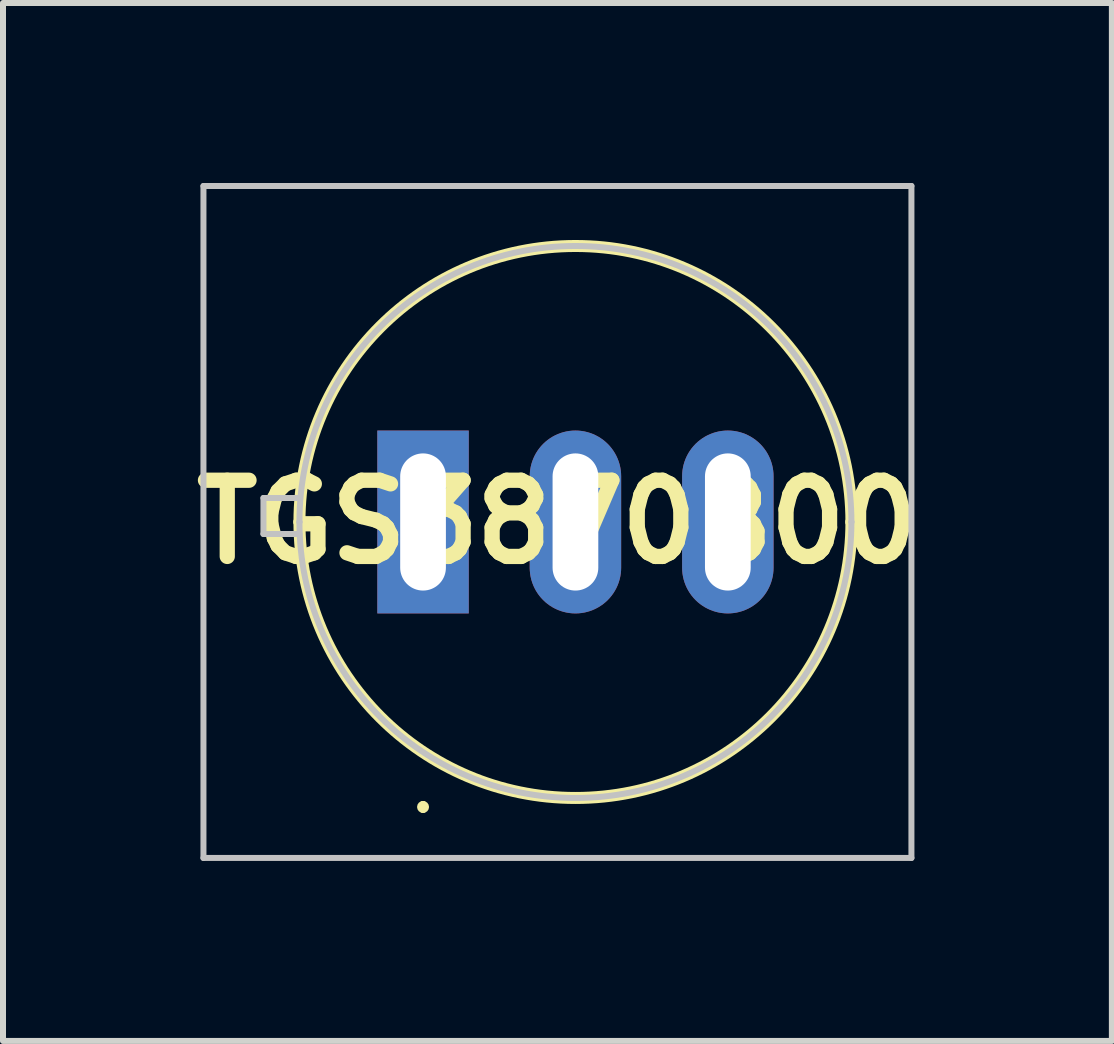
<source format=kicad_pcb>
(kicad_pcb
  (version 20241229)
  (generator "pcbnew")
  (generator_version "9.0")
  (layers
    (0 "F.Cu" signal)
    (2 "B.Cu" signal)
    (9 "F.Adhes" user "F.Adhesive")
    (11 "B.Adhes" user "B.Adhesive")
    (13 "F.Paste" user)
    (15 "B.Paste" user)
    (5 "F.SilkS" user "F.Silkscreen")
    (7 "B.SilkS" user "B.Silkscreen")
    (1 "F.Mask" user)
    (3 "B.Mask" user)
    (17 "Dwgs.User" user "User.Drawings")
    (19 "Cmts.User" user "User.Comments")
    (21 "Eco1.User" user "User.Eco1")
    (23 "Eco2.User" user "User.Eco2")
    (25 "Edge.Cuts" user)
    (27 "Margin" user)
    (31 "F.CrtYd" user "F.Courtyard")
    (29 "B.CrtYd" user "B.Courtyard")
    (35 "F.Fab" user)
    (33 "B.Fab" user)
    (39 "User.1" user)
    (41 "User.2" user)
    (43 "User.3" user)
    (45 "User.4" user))
  (footprint "TGS3870B00"
    (layer "F.Cu")
    (at 4.001 5.65)
    (property "Reference" "TGS3870B00" (at 2.24 0 0) (layer "F.SilkS") (effects (font (size 1.27 1.27) (thickness 0.254))))
    (attr through_hole exclude_from_pos_files)
    (fp_line (start -2.06 0) (end -2.06 0) (stroke (width 0.2) (type solid)) (layer "F.SilkS"))
    (fp_line (start 0 4.7) (end 0 4.7) (stroke (width 0.1) (type solid)) (layer "F.SilkS"))
    (fp_line (start 0 4.8) (end 0 4.8) (stroke (width 0.1) (type solid)) (layer "F.SilkS"))
    (fp_line (start 7.14 0) (end 7.14 0) (stroke (width 0.2) (type solid)) (layer "F.SilkS"))
    (fp_arc (start -2.06 0) (mid 2.54 -4.6) (end 7.14 0) (stroke (width 0.2) (type solid)) (layer "F.SilkS"))
    (fp_arc (start 0 4.7) (mid 0.05 4.75) (end 0 4.8) (stroke (width 0.1) (type solid)) (layer "F.SilkS"))
    (fp_arc (start 0 4.8) (mid -0.05 4.75) (end 0 4.7) (stroke (width 0.1) (type solid)) (layer "F.SilkS"))
    (fp_arc (start 7.14 0) (mid 2.54 4.6) (end -2.06 0) (stroke (width 0.2) (type solid)) (layer "F.SilkS"))
    (fp_line (start -3.66 -5.6) (end 8.14 -5.6) (stroke (width 0.1) (type solid)) (layer "Dwgs.User"))
    (fp_line (start -3.66 5.6) (end -3.66 -5.6) (stroke (width 0.1) (type solid)) (layer "Dwgs.User"))
    (fp_line (start -2.66 -0.4) (end -2.66 0.2) (stroke (width 0.1) (type solid)) (layer "Dwgs.User"))
    (fp_line (start -2.66 0.2) (end -2.06 0.2) (stroke (width 0.1) (type solid)) (layer "Dwgs.User"))
    (fp_line (start -2.06 -0.4) (end -2.66 -0.4) (stroke (width 0.1) (type solid)) (layer "Dwgs.User"))
    (fp_line (start -2.06 0) (end -2.06 0) (stroke (width 0.1) (type solid)) (layer "Dwgs.User"))
    (fp_line (start 7.14 0) (end 7.14 0) (stroke (width 0.1) (type solid)) (layer "Dwgs.User"))
    (fp_line (start 8.14 -5.6) (end 8.14 5.6) (stroke (width 0.1) (type solid)) (layer "Dwgs.User"))
    (fp_line (start 8.14 5.6) (end -3.66 5.6) (stroke (width 0.1) (type solid)) (layer "Dwgs.User"))
    (fp_arc (start -2.06 0) (mid 2.54 -4.6) (end 7.14 0) (stroke (width 0.1) (type solid)) (layer "Dwgs.User"))
    (fp_arc (start 7.14 0) (mid 2.54 4.6) (end -2.06 0) (stroke (width 0.1) (type solid)) (layer "Dwgs.User"))
    (pad "1" thru_hole rect (at 0 0) (size 1.524 3.048) (drill oval 0.762 2.286) (layers "*.Cu" "*.Mask"))
    (pad "2" thru_hole oval (at 2.54 0) (size 1.524 3.048) (drill oval 0.762 2.286) (layers "*.Cu" "*.Mask"))
    (pad "3" thru_hole oval (at 5.08 0) (size 1.524 3.048) (drill oval 0.762 2.286) (layers "*.Cu" "*.Mask")))
  (gr_rect
    (start -3 -3)
    (end 15.482 14.3)
    (stroke (width 0.1) (type default))
    (fill no)
    (layer "Edge.Cuts")))
</source>
